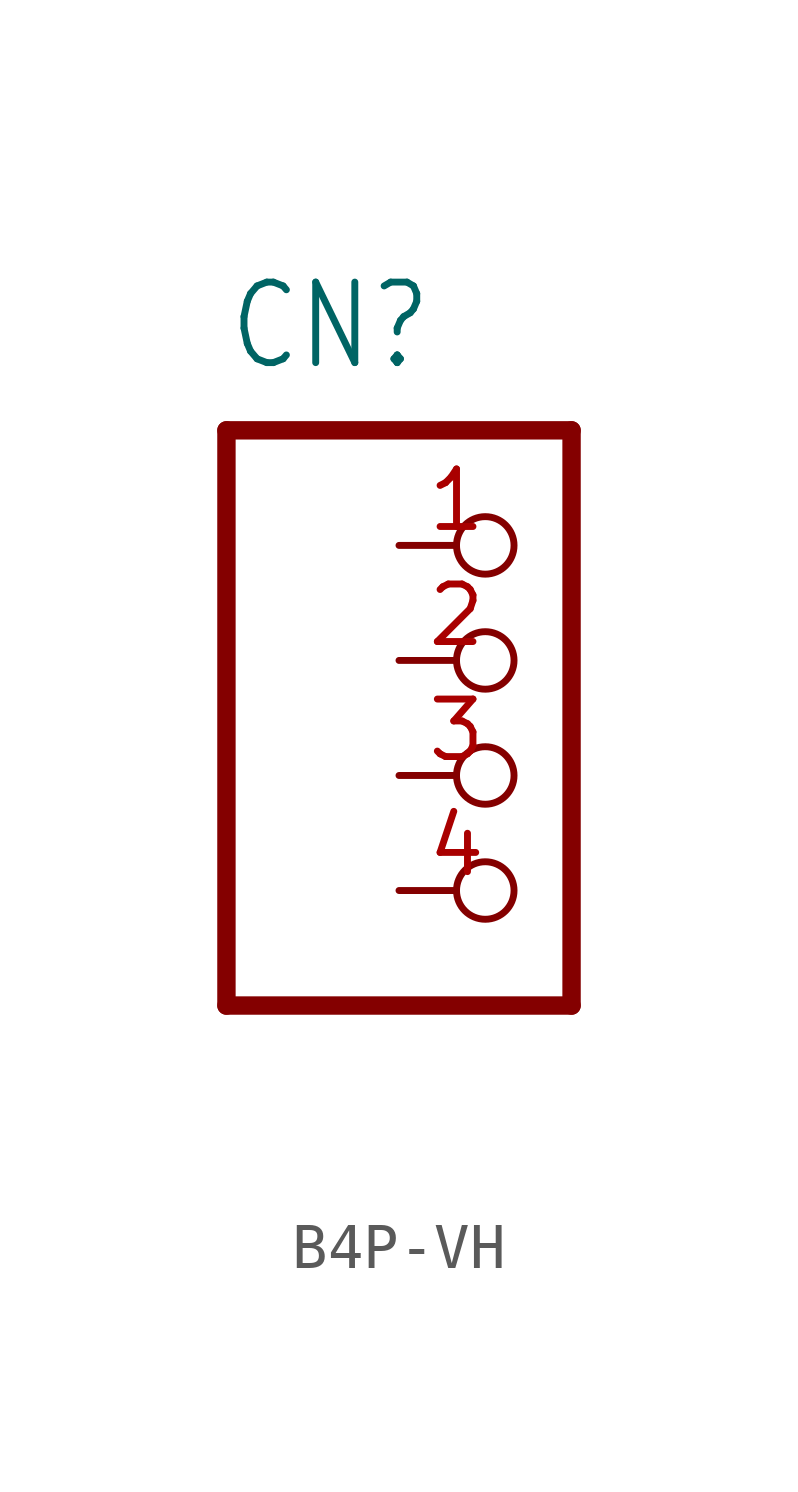
<source format=kicad_sym>
(kicad_symbol_lib
  (version 20231120)
  (generator "kicad_symbol_editor")
  (generator_version "8.0")
  (symbol "B4P-VH"
    (property "Reference" "CN"
      (at -3.81 6.35 0)
      (effects (font (size 1.778 1.511)) (justify left bottom)))
    (property "Value" ""
      (at -3.81 -10.16 0)
      (effects (font (size 1.778 1.511)) (justify left bottom)))
    (property "ki_locked" ""
      (at 0 0 0)
      (effects (font (size 1.27 1.27))))
    (symbol "B4P-VH_1_0"
      (polyline (pts (xy -3.81 -7.62) (xy 3.81 -7.62)) (stroke (width 0.406) (type solid)) (fill (type none)))
      (polyline (pts (xy -3.81 5.08) (xy -3.81 -7.62)) (stroke (width 0.406) (type solid)) (fill (type none)))
      (polyline (pts (xy 3.81 -7.62) (xy 3.81 5.08)) (stroke (width 0.406) (type solid)) (fill (type none)))
      (polyline (pts (xy 3.81 5.08) (xy -3.81 5.08)) (stroke (width 0.406) (type solid)) (fill (type none)))
      (pin passive inverted (at 0 2.54 0) (length 2.54) (name "1" (effects (font (size 0 0)))) (number "1" (effects (font (size 1.27 1.27)))))
      (pin passive inverted (at 0 0 0) (length 2.54) (name "2" (effects (font (size 0 0)))) (number "2" (effects (font (size 1.27 1.27)))))
      (pin passive inverted (at 0 -2.54 0) (length 2.54) (name "3" (effects (font (size 0 0)))) (number "3" (effects (font (size 1.27 1.27)))))
      (pin passive inverted (at 0 -5.08 0) (length 2.54) (name "4" (effects (font (size 0 0)))) (number "4" (effects (font (size 1.27 1.27))))))))
</source>
